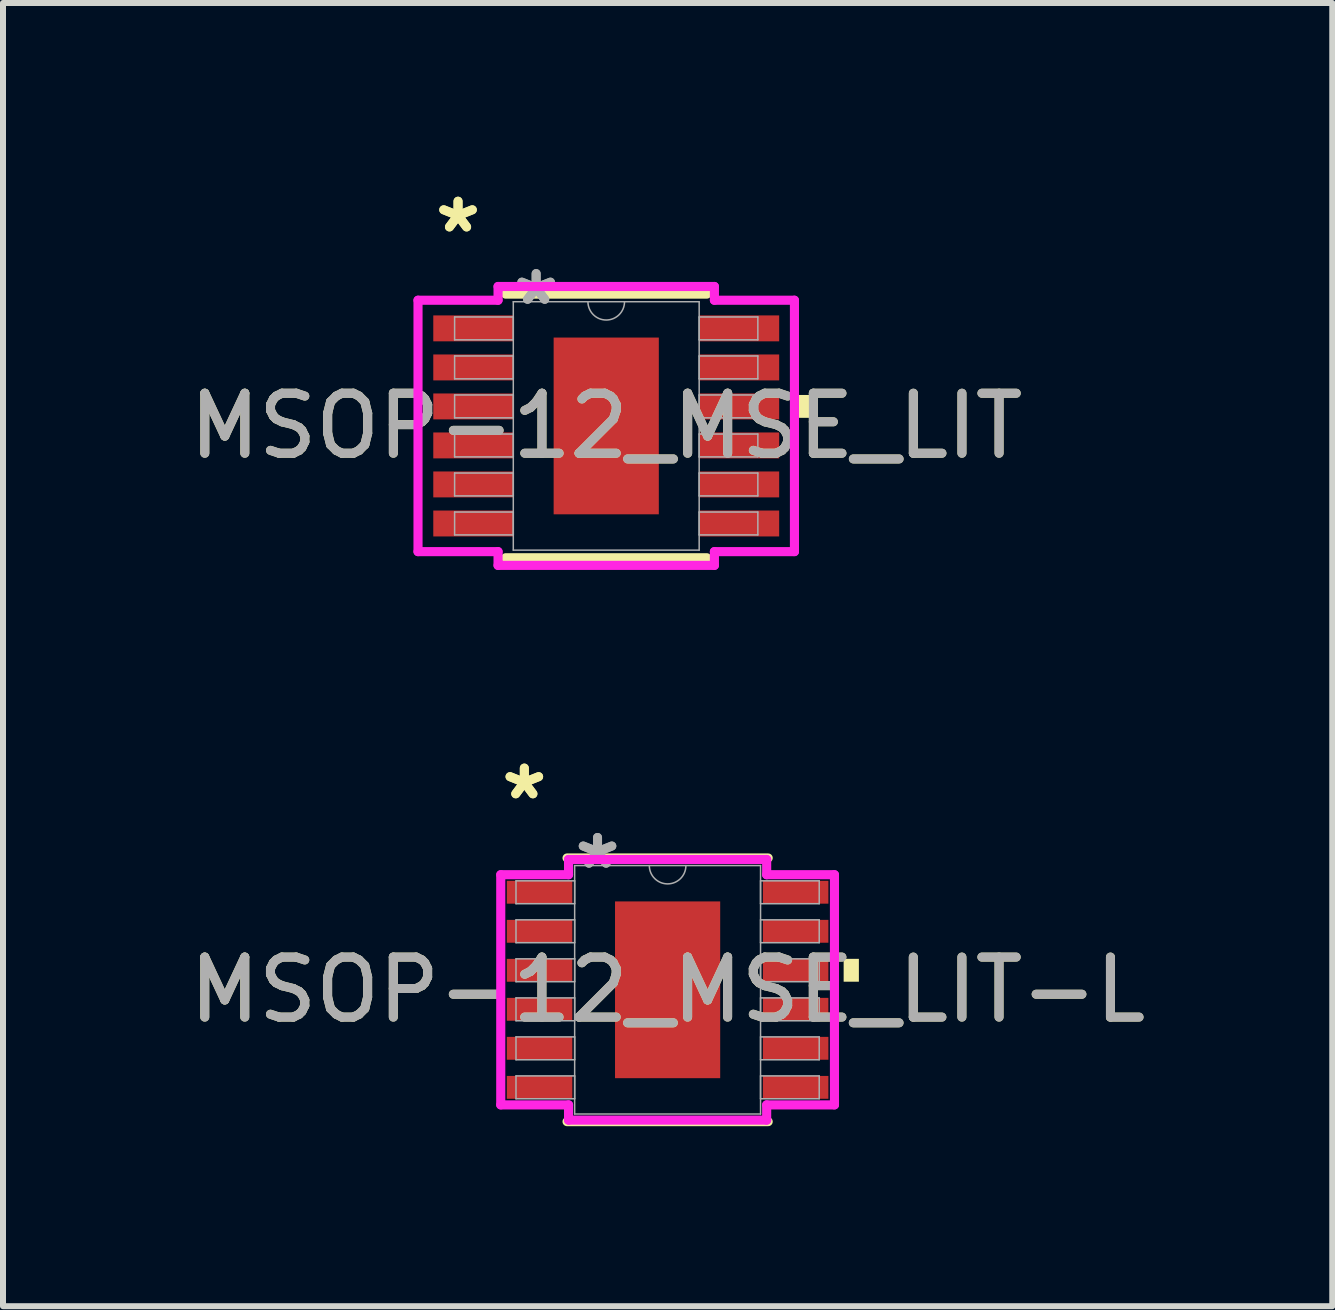
<source format=kicad_pcb>
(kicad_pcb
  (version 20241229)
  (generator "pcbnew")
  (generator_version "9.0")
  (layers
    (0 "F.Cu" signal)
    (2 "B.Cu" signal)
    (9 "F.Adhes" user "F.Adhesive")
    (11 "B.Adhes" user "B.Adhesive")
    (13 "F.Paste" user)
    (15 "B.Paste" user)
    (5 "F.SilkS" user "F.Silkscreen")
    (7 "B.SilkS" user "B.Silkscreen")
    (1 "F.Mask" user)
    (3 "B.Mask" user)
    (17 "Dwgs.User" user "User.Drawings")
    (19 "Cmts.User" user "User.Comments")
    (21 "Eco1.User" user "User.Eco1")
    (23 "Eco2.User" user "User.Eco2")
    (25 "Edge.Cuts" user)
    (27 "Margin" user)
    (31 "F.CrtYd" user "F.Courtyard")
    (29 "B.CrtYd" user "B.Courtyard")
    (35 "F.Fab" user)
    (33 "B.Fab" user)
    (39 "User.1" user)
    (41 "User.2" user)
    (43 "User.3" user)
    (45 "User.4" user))
  (footprint "MSOP-12_MSE_LIT"
    (layer "F.Cu")
    (at 7.054 4.049)
    (property "Reference" "MSOP-12_MSE_LIT" (at 0 0 0) (unlocked yes) (layer "F.SilkS") (effects (font (size 1 1) (thickness 0.15))))
    (attr smd)
    (fp_line (start -1.676 2.197) (end 1.676 2.197) (stroke (width 0.152) (type solid)) (layer "F.SilkS"))
    (fp_line (start 1.676 -2.197) (end -1.676 -2.197) (stroke (width 0.152) (type solid)) (layer "F.SilkS"))
    (fp_poly (pts (xy 3.391 -0.516) (xy 3.391 -0.135) (xy 3.137 -0.135) (xy 3.137 -0.516)) (stroke (width 0) (type solid)) (fill yes) (layer "F.SilkS"))
    (fp_poly (pts (xy -0.776 -1.373) (xy -0.776 -0.1) (xy 0.776 -0.1) (xy 0.776 -1.373)) (stroke (width 0) (type solid)) (fill yes) (layer "F.Paste"))
    (fp_poly (pts (xy -0.776 0.1) (xy -0.776 1.373) (xy 0.776 1.373) (xy 0.776 0.1)) (stroke (width 0) (type solid)) (fill yes) (layer "F.Paste"))
    (fp_line (start -3.137 -2.095) (end -1.803 -2.095) (stroke (width 0.152) (type solid)) (layer "F.CrtYd"))
    (fp_line (start -3.137 2.095) (end -3.137 -2.095) (stroke (width 0.152) (type solid)) (layer "F.CrtYd"))
    (fp_line (start -3.137 2.095) (end -1.803 2.095) (stroke (width 0.152) (type solid)) (layer "F.CrtYd"))
    (fp_line (start -1.803 -2.324) (end 1.803 -2.324) (stroke (width 0.152) (type solid)) (layer "F.CrtYd"))
    (fp_line (start -1.803 -2.095) (end -1.803 -2.324) (stroke (width 0.152) (type solid)) (layer "F.CrtYd"))
    (fp_line (start -1.803 2.324) (end -1.803 2.095) (stroke (width 0.152) (type solid)) (layer "F.CrtYd"))
    (fp_line (start 1.803 -2.324) (end 1.803 -2.095) (stroke (width 0.152) (type solid)) (layer "F.CrtYd"))
    (fp_line (start 1.803 2.095) (end 1.803 2.324) (stroke (width 0.152) (type solid)) (layer "F.CrtYd"))
    (fp_line (start 1.803 2.324) (end -1.803 2.324) (stroke (width 0.152) (type solid)) (layer "F.CrtYd"))
    (fp_line (start 3.137 -2.095) (end 1.803 -2.095) (stroke (width 0.152) (type solid)) (layer "F.CrtYd"))
    (fp_line (start 3.137 -2.095) (end 3.137 2.095) (stroke (width 0.152) (type solid)) (layer "F.CrtYd"))
    (fp_line (start 3.137 2.095) (end 1.803 2.095) (stroke (width 0.152) (type solid)) (layer "F.CrtYd"))
    (fp_line (start -2.527 -1.816) (end -2.527 -1.435) (stroke (width 0.025) (type solid)) (layer "F.Fab"))
    (fp_line (start -2.527 -1.435) (end -1.549 -1.435) (stroke (width 0.025) (type solid)) (layer "F.Fab"))
    (fp_line (start -2.527 -1.166) (end -2.527 -0.785) (stroke (width 0.025) (type solid)) (layer "F.Fab"))
    (fp_line (start -2.527 -0.785) (end -1.549 -0.785) (stroke (width 0.025) (type solid)) (layer "F.Fab"))
    (fp_line (start -2.527 -0.516) (end -2.527 -0.135) (stroke (width 0.025) (type solid)) (layer "F.Fab"))
    (fp_line (start -2.527 -0.135) (end -1.549 -0.135) (stroke (width 0.025) (type solid)) (layer "F.Fab"))
    (fp_line (start -2.527 0.135) (end -2.527 0.516) (stroke (width 0.025) (type solid)) (layer "F.Fab"))
    (fp_line (start -2.527 0.516) (end -1.549 0.516) (stroke (width 0.025) (type solid)) (layer "F.Fab"))
    (fp_line (start -2.527 0.785) (end -2.527 1.166) (stroke (width 0.025) (type solid)) (layer "F.Fab"))
    (fp_line (start -2.527 1.166) (end -1.549 1.166) (stroke (width 0.025) (type solid)) (layer "F.Fab"))
    (fp_line (start -2.527 1.435) (end -2.527 1.816) (stroke (width 0.025) (type solid)) (layer "F.Fab"))
    (fp_line (start -2.527 1.816) (end -1.549 1.816) (stroke (width 0.025) (type solid)) (layer "F.Fab"))
    (fp_line (start -1.549 -2.07) (end -1.549 2.07) (stroke (width 0.025) (type solid)) (layer "F.Fab"))
    (fp_line (start -1.549 -1.816) (end -2.527 -1.816) (stroke (width 0.025) (type solid)) (layer "F.Fab"))
    (fp_line (start -1.549 -1.435) (end -1.549 -1.816) (stroke (width 0.025) (type solid)) (layer "F.Fab"))
    (fp_line (start -1.549 -1.166) (end -2.527 -1.166) (stroke (width 0.025) (type solid)) (layer "F.Fab"))
    (fp_line (start -1.549 -0.785) (end -1.549 -1.166) (stroke (width 0.025) (type solid)) (layer "F.Fab"))
    (fp_line (start -1.549 -0.516) (end -2.527 -0.516) (stroke (width 0.025) (type solid)) (layer "F.Fab"))
    (fp_line (start -1.549 -0.135) (end -1.549 -0.516) (stroke (width 0.025) (type solid)) (layer "F.Fab"))
    (fp_line (start -1.549 0.135) (end -2.527 0.135) (stroke (width 0.025) (type solid)) (layer "F.Fab"))
    (fp_line (start -1.549 0.516) (end -1.549 0.135) (stroke (width 0.025) (type solid)) (layer "F.Fab"))
    (fp_line (start -1.549 0.785) (end -2.527 0.785) (stroke (width 0.025) (type solid)) (layer "F.Fab"))
    (fp_line (start -1.549 1.166) (end -1.549 0.785) (stroke (width 0.025) (type solid)) (layer "F.Fab"))
    (fp_line (start -1.549 1.435) (end -2.527 1.435) (stroke (width 0.025) (type solid)) (layer "F.Fab"))
    (fp_line (start -1.549 1.816) (end -1.549 1.435) (stroke (width 0.025) (type solid)) (layer "F.Fab"))
    (fp_line (start -1.549 2.07) (end 1.549 2.07) (stroke (width 0.025) (type solid)) (layer "F.Fab"))
    (fp_line (start 1.549 -2.07) (end -1.549 -2.07) (stroke (width 0.025) (type solid)) (layer "F.Fab"))
    (fp_line (start 1.549 -1.816) (end 1.549 -1.435) (stroke (width 0.025) (type solid)) (layer "F.Fab"))
    (fp_line (start 1.549 -1.435) (end 2.527 -1.435) (stroke (width 0.025) (type solid)) (layer "F.Fab"))
    (fp_line (start 1.549 -1.166) (end 1.549 -0.785) (stroke (width 0.025) (type solid)) (layer "F.Fab"))
    (fp_line (start 1.549 -0.785) (end 2.527 -0.785) (stroke (width 0.025) (type solid)) (layer "F.Fab"))
    (fp_line (start 1.549 -0.516) (end 1.549 -0.135) (stroke (width 0.025) (type solid)) (layer "F.Fab"))
    (fp_line (start 1.549 -0.135) (end 2.527 -0.135) (stroke (width 0.025) (type solid)) (layer "F.Fab"))
    (fp_line (start 1.549 0.135) (end 1.549 0.516) (stroke (width 0.025) (type solid)) (layer "F.Fab"))
    (fp_line (start 1.549 0.516) (end 2.527 0.516) (stroke (width 0.025) (type solid)) (layer "F.Fab"))
    (fp_line (start 1.549 0.785) (end 1.549 1.166) (stroke (width 0.025) (type solid)) (layer "F.Fab"))
    (fp_line (start 1.549 1.166) (end 2.527 1.166) (stroke (width 0.025) (type solid)) (layer "F.Fab"))
    (fp_line (start 1.549 1.435) (end 1.549 1.816) (stroke (width 0.025) (type solid)) (layer "F.Fab"))
    (fp_line (start 1.549 1.816) (end 2.527 1.816) (stroke (width 0.025) (type solid)) (layer "F.Fab"))
    (fp_line (start 1.549 2.07) (end 1.549 -2.07) (stroke (width 0.025) (type solid)) (layer "F.Fab"))
    (fp_line (start 2.527 -1.816) (end 1.549 -1.816) (stroke (width 0.025) (type solid)) (layer "F.Fab"))
    (fp_line (start 2.527 -1.435) (end 2.527 -1.816) (stroke (width 0.025) (type solid)) (layer "F.Fab"))
    (fp_line (start 2.527 -1.166) (end 1.549 -1.166) (stroke (width 0.025) (type solid)) (layer "F.Fab"))
    (fp_line (start 2.527 -0.785) (end 2.527 -1.166) (stroke (width 0.025) (type solid)) (layer "F.Fab"))
    (fp_line (start 2.527 -0.516) (end 1.549 -0.516) (stroke (width 0.025) (type solid)) (layer "F.Fab"))
    (fp_line (start 2.527 -0.135) (end 2.527 -0.516) (stroke (width 0.025) (type solid)) (layer "F.Fab"))
    (fp_line (start 2.527 0.135) (end 1.549 0.135) (stroke (width 0.025) (type solid)) (layer "F.Fab"))
    (fp_line (start 2.527 0.516) (end 2.527 0.135) (stroke (width 0.025) (type solid)) (layer "F.Fab"))
    (fp_line (start 2.527 0.785) (end 1.549 0.785) (stroke (width 0.025) (type solid)) (layer "F.Fab"))
    (fp_line (start 2.527 1.166) (end 2.527 0.785) (stroke (width 0.025) (type solid)) (layer "F.Fab"))
    (fp_line (start 2.527 1.435) (end 1.549 1.435) (stroke (width 0.025) (type solid)) (layer "F.Fab"))
    (fp_line (start 2.527 1.816) (end 2.527 1.435) (stroke (width 0.025) (type solid)) (layer "F.Fab"))
    (fp_arc (start 0.3048 -2.0701) (mid 0 -1.7653) (end -0.3048 -2.0701) (stroke (width 0.0254) (type solid)) (layer "F.Fab"))
    (fp_text user "*" (at -2.47 -3.2 0) (unlocked yes) (layer "F.SilkS") (effects (font (size 1 1) (thickness 0.15))))
    (fp_text user "*" (at -2.47 -3.2 0) (layer "F.SilkS") (effects (font (size 1 1) (thickness 0.15))))
    (fp_text user "*" (at -1.168 -1.994 0) (layer "F.Fab") (effects (font (size 1 1) (thickness 0.15))))
    (fp_text user "${REFERENCE}" (at 0 0 0) (unlocked yes) (layer "F.Fab") (effects (font (size 1 1) (thickness 0.15))))
    (fp_text user "*" (at -1.168 -1.994 0) (unlocked yes) (layer "F.Fab") (effects (font (size 1 1) (thickness 0.15))))
    (pad "1" smd rect (at -2.216 -1.626) (size 1.333 0.432) (layers "F.Cu" "F.Mask" "F.Paste"))
    (pad "2" smd rect (at -2.216 -0.975) (size 1.333 0.432) (layers "F.Cu" "F.Mask" "F.Paste"))
    (pad "3" smd rect (at -2.216 -0.325) (size 1.333 0.432) (layers "F.Cu" "F.Mask" "F.Paste"))
    (pad "4" smd rect (at -2.216 0.325) (size 1.333 0.432) (layers "F.Cu" "F.Mask" "F.Paste"))
    (pad "5" smd rect (at -2.216 0.975) (size 1.333 0.432) (layers "F.Cu" "F.Mask" "F.Paste"))
    (pad "6" smd rect (at -2.216 1.626) (size 1.333 0.432) (layers "F.Cu" "F.Mask" "F.Paste"))
    (pad "7" smd rect (at 2.216 1.626) (size 1.333 0.432) (layers "F.Cu" "F.Mask" "F.Paste"))
    (pad "8" smd rect (at 2.216 0.975) (size 1.333 0.432) (layers "F.Cu" "F.Mask" "F.Paste"))
    (pad "9" smd rect (at 2.216 0.325) (size 1.333 0.432) (layers "F.Cu" "F.Mask" "F.Paste"))
    (pad "10" smd rect (at 2.216 -0.325) (size 1.333 0.432) (layers "F.Cu" "F.Mask" "F.Paste"))
    (pad "11" smd rect (at 2.216 -0.975) (size 1.333 0.432) (layers "F.Cu" "F.Mask" "F.Paste"))
    (pad "12" smd rect (at 2.216 -1.626) (size 1.333 0.432) (layers "F.Cu" "F.Mask" "F.Paste"))
    (pad "EPAD" smd rect (at 0 0) (size 1.753 2.946) (layers "F.Cu" "F.Mask")))
  (footprint "MSOP-12_MSE_LIT-L"
    (layer "F.Cu")
    (at 8.077 13.447)
    (property "Reference" "MSOP-12_MSE_LIT-L" (at 0 0 0) (unlocked yes) (layer "F.SilkS") (effects (font (size 1 1) (thickness 0.15))))
    (attr smd)
    (fp_line (start -1.676 2.197) (end 1.676 2.197) (stroke (width 0.152) (type solid)) (layer "F.SilkS"))
    (fp_line (start 1.676 -2.197) (end -1.676 -2.197) (stroke (width 0.152) (type solid)) (layer "F.SilkS"))
    (fp_poly (pts (xy 3.188 -0.516) (xy 3.188 -0.135) (xy 2.934 -0.135) (xy 2.934 -0.516)) (stroke (width 0) (type solid)) (fill yes) (layer "F.SilkS"))
    (fp_poly (pts (xy -0.776 -1.373) (xy -0.776 -0.1) (xy 0.776 -0.1) (xy 0.776 -1.373)) (stroke (width 0) (type solid)) (fill yes) (layer "F.Paste"))
    (fp_poly (pts (xy -0.776 0.1) (xy -0.776 1.373) (xy 0.776 1.373) (xy 0.776 0.1)) (stroke (width 0) (type solid)) (fill yes) (layer "F.Paste"))
    (fp_line (start -2.781 -1.918) (end -1.651 -1.918) (stroke (width 0.152) (type solid)) (layer "F.CrtYd"))
    (fp_line (start -2.781 1.918) (end -2.781 -1.918) (stroke (width 0.152) (type solid)) (layer "F.CrtYd"))
    (fp_line (start -2.781 1.918) (end -1.651 1.918) (stroke (width 0.152) (type solid)) (layer "F.CrtYd"))
    (fp_line (start -1.651 -2.172) (end 1.651 -2.172) (stroke (width 0.152) (type solid)) (layer "F.CrtYd"))
    (fp_line (start -1.651 -1.918) (end -1.651 -2.172) (stroke (width 0.152) (type solid)) (layer "F.CrtYd"))
    (fp_line (start -1.651 2.172) (end -1.651 1.918) (stroke (width 0.152) (type solid)) (layer "F.CrtYd"))
    (fp_line (start 1.651 -2.172) (end 1.651 -1.918) (stroke (width 0.152) (type solid)) (layer "F.CrtYd"))
    (fp_line (start 1.651 1.918) (end 1.651 2.172) (stroke (width 0.152) (type solid)) (layer "F.CrtYd"))
    (fp_line (start 1.651 2.172) (end -1.651 2.172) (stroke (width 0.152) (type solid)) (layer "F.CrtYd"))
    (fp_line (start 2.781 -1.918) (end 1.651 -1.918) (stroke (width 0.152) (type solid)) (layer "F.CrtYd"))
    (fp_line (start 2.781 -1.918) (end 2.781 1.918) (stroke (width 0.152) (type solid)) (layer "F.CrtYd"))
    (fp_line (start 2.781 1.918) (end 1.651 1.918) (stroke (width 0.152) (type solid)) (layer "F.CrtYd"))
    (fp_line (start -2.527 -1.816) (end -2.527 -1.435) (stroke (width 0.025) (type solid)) (layer "F.Fab"))
    (fp_line (start -2.527 -1.435) (end -1.549 -1.435) (stroke (width 0.025) (type solid)) (layer "F.Fab"))
    (fp_line (start -2.527 -1.166) (end -2.527 -0.785) (stroke (width 0.025) (type solid)) (layer "F.Fab"))
    (fp_line (start -2.527 -0.785) (end -1.549 -0.785) (stroke (width 0.025) (type solid)) (layer "F.Fab"))
    (fp_line (start -2.527 -0.516) (end -2.527 -0.135) (stroke (width 0.025) (type solid)) (layer "F.Fab"))
    (fp_line (start -2.527 -0.135) (end -1.549 -0.135) (stroke (width 0.025) (type solid)) (layer "F.Fab"))
    (fp_line (start -2.527 0.135) (end -2.527 0.516) (stroke (width 0.025) (type solid)) (layer "F.Fab"))
    (fp_line (start -2.527 0.516) (end -1.549 0.516) (stroke (width 0.025) (type solid)) (layer "F.Fab"))
    (fp_line (start -2.527 0.785) (end -2.527 1.166) (stroke (width 0.025) (type solid)) (layer "F.Fab"))
    (fp_line (start -2.527 1.166) (end -1.549 1.166) (stroke (width 0.025) (type solid)) (layer "F.Fab"))
    (fp_line (start -2.527 1.435) (end -2.527 1.816) (stroke (width 0.025) (type solid)) (layer "F.Fab"))
    (fp_line (start -2.527 1.816) (end -1.549 1.816) (stroke (width 0.025) (type solid)) (layer "F.Fab"))
    (fp_line (start -1.549 -2.07) (end -1.549 2.07) (stroke (width 0.025) (type solid)) (layer "F.Fab"))
    (fp_line (start -1.549 -1.816) (end -2.527 -1.816) (stroke (width 0.025) (type solid)) (layer "F.Fab"))
    (fp_line (start -1.549 -1.435) (end -1.549 -1.816) (stroke (width 0.025) (type solid)) (layer "F.Fab"))
    (fp_line (start -1.549 -1.166) (end -2.527 -1.166) (stroke (width 0.025) (type solid)) (layer "F.Fab"))
    (fp_line (start -1.549 -0.785) (end -1.549 -1.166) (stroke (width 0.025) (type solid)) (layer "F.Fab"))
    (fp_line (start -1.549 -0.516) (end -2.527 -0.516) (stroke (width 0.025) (type solid)) (layer "F.Fab"))
    (fp_line (start -1.549 -0.135) (end -1.549 -0.516) (stroke (width 0.025) (type solid)) (layer "F.Fab"))
    (fp_line (start -1.549 0.135) (end -2.527 0.135) (stroke (width 0.025) (type solid)) (layer "F.Fab"))
    (fp_line (start -1.549 0.516) (end -1.549 0.135) (stroke (width 0.025) (type solid)) (layer "F.Fab"))
    (fp_line (start -1.549 0.785) (end -2.527 0.785) (stroke (width 0.025) (type solid)) (layer "F.Fab"))
    (fp_line (start -1.549 1.166) (end -1.549 0.785) (stroke (width 0.025) (type solid)) (layer "F.Fab"))
    (fp_line (start -1.549 1.435) (end -2.527 1.435) (stroke (width 0.025) (type solid)) (layer "F.Fab"))
    (fp_line (start -1.549 1.816) (end -1.549 1.435) (stroke (width 0.025) (type solid)) (layer "F.Fab"))
    (fp_line (start -1.549 2.07) (end 1.549 2.07) (stroke (width 0.025) (type solid)) (layer "F.Fab"))
    (fp_line (start 1.549 -2.07) (end -1.549 -2.07) (stroke (width 0.025) (type solid)) (layer "F.Fab"))
    (fp_line (start 1.549 -1.816) (end 1.549 -1.435) (stroke (width 0.025) (type solid)) (layer "F.Fab"))
    (fp_line (start 1.549 -1.435) (end 2.527 -1.435) (stroke (width 0.025) (type solid)) (layer "F.Fab"))
    (fp_line (start 1.549 -1.166) (end 1.549 -0.785) (stroke (width 0.025) (type solid)) (layer "F.Fab"))
    (fp_line (start 1.549 -0.785) (end 2.527 -0.785) (stroke (width 0.025) (type solid)) (layer "F.Fab"))
    (fp_line (start 1.549 -0.516) (end 1.549 -0.135) (stroke (width 0.025) (type solid)) (layer "F.Fab"))
    (fp_line (start 1.549 -0.135) (end 2.527 -0.135) (stroke (width 0.025) (type solid)) (layer "F.Fab"))
    (fp_line (start 1.549 0.135) (end 1.549 0.516) (stroke (width 0.025) (type solid)) (layer "F.Fab"))
    (fp_line (start 1.549 0.516) (end 2.527 0.516) (stroke (width 0.025) (type solid)) (layer "F.Fab"))
    (fp_line (start 1.549 0.785) (end 1.549 1.166) (stroke (width 0.025) (type solid)) (layer "F.Fab"))
    (fp_line (start 1.549 1.166) (end 2.527 1.166) (stroke (width 0.025) (type solid)) (layer "F.Fab"))
    (fp_line (start 1.549 1.435) (end 1.549 1.816) (stroke (width 0.025) (type solid)) (layer "F.Fab"))
    (fp_line (start 1.549 1.816) (end 2.527 1.816) (stroke (width 0.025) (type solid)) (layer "F.Fab"))
    (fp_line (start 1.549 2.07) (end 1.549 -2.07) (stroke (width 0.025) (type solid)) (layer "F.Fab"))
    (fp_line (start 2.527 -1.816) (end 1.549 -1.816) (stroke (width 0.025) (type solid)) (layer "F.Fab"))
    (fp_line (start 2.527 -1.435) (end 2.527 -1.816) (stroke (width 0.025) (type solid)) (layer "F.Fab"))
    (fp_line (start 2.527 -1.166) (end 1.549 -1.166) (stroke (width 0.025) (type solid)) (layer "F.Fab"))
    (fp_line (start 2.527 -0.785) (end 2.527 -1.166) (stroke (width 0.025) (type solid)) (layer "F.Fab"))
    (fp_line (start 2.527 -0.516) (end 1.549 -0.516) (stroke (width 0.025) (type solid)) (layer "F.Fab"))
    (fp_line (start 2.527 -0.135) (end 2.527 -0.516) (stroke (width 0.025) (type solid)) (layer "F.Fab"))
    (fp_line (start 2.527 0.135) (end 1.549 0.135) (stroke (width 0.025) (type solid)) (layer "F.Fab"))
    (fp_line (start 2.527 0.516) (end 2.527 0.135) (stroke (width 0.025) (type solid)) (layer "F.Fab"))
    (fp_line (start 2.527 0.785) (end 1.549 0.785) (stroke (width 0.025) (type solid)) (layer "F.Fab"))
    (fp_line (start 2.527 1.166) (end 2.527 0.785) (stroke (width 0.025) (type solid)) (layer "F.Fab"))
    (fp_line (start 2.527 1.435) (end 1.549 1.435) (stroke (width 0.025) (type solid)) (layer "F.Fab"))
    (fp_line (start 2.527 1.816) (end 2.527 1.435) (stroke (width 0.025) (type solid)) (layer "F.Fab"))
    (fp_arc (start 0.3048 -2.0701) (mid 0 -1.7653) (end -0.3048 -2.0701) (stroke (width 0.0254) (type solid)) (layer "F.Fab"))
    (fp_text user "*" (at -2.388 -3.15 0) (unlocked yes) (layer "F.SilkS") (effects (font (size 1 1) (thickness 0.15))))
    (fp_text user "*" (at -2.388 -3.15 0) (layer "F.SilkS") (effects (font (size 1 1) (thickness 0.15))))
    (fp_text user "*" (at -1.168 -1.994 0) (unlocked yes) (layer "F.Fab") (effects (font (size 1 1) (thickness 0.15))))
    (fp_text user "*" (at -1.168 -1.994 0) (layer "F.Fab") (effects (font (size 1 1) (thickness 0.15))))
    (fp_text user "${REFERENCE}" (at 0 0 0) (unlocked yes) (layer "F.Fab") (effects (font (size 1 1) (thickness 0.15))))
    (pad "1" smd rect (at -2.134 -1.626) (size 1.092 0.381) (layers "F.Cu" "F.Mask" "F.Paste"))
    (pad "2" smd rect (at -2.134 -0.975) (size 1.092 0.381) (layers "F.Cu" "F.Mask" "F.Paste"))
    (pad "3" smd rect (at -2.134 -0.325) (size 1.092 0.381) (layers "F.Cu" "F.Mask" "F.Paste"))
    (pad "4" smd rect (at -2.134 0.325) (size 1.092 0.381) (layers "F.Cu" "F.Mask" "F.Paste"))
    (pad "5" smd rect (at -2.134 0.975) (size 1.092 0.381) (layers "F.Cu" "F.Mask" "F.Paste"))
    (pad "6" smd rect (at -2.134 1.626) (size 1.092 0.381) (layers "F.Cu" "F.Mask" "F.Paste"))
    (pad "7" smd rect (at 2.134 1.626) (size 1.092 0.381) (layers "F.Cu" "F.Mask" "F.Paste"))
    (pad "8" smd rect (at 2.134 0.975) (size 1.092 0.381) (layers "F.Cu" "F.Mask" "F.Paste"))
    (pad "9" smd rect (at 2.134 0.325) (size 1.092 0.381) (layers "F.Cu" "F.Mask" "F.Paste"))
    (pad "10" smd rect (at 2.134 -0.325) (size 1.092 0.381) (layers "F.Cu" "F.Mask" "F.Paste"))
    (pad "11" smd rect (at 2.134 -0.975) (size 1.092 0.381) (layers "F.Cu" "F.Mask" "F.Paste"))
    (pad "12" smd rect (at 2.134 -1.626) (size 1.092 0.381) (layers "F.Cu" "F.Mask" "F.Paste"))
    (pad "EPAD" smd rect (at 0 0) (size 1.753 2.946) (layers "F.Cu" "F.Mask")))
  (gr_rect
    (start -3 -3)
    (end 19.155 18.72)
    (stroke (width 0.1) (type default))
    (fill no)
    (layer "Edge.Cuts")))
</source>
